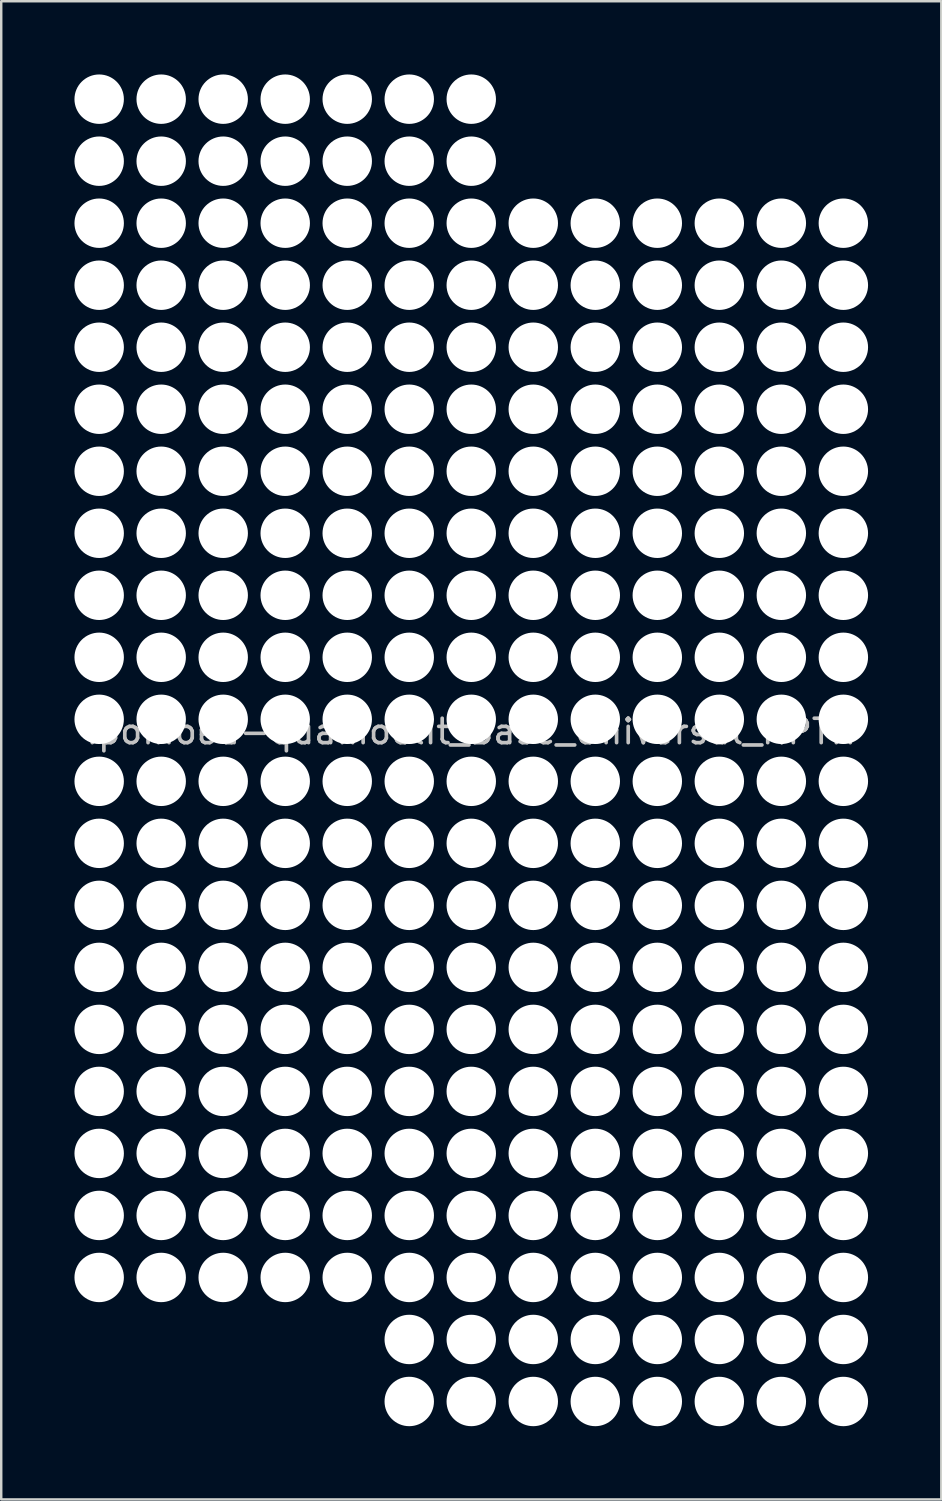
<source format=kicad_pcb>
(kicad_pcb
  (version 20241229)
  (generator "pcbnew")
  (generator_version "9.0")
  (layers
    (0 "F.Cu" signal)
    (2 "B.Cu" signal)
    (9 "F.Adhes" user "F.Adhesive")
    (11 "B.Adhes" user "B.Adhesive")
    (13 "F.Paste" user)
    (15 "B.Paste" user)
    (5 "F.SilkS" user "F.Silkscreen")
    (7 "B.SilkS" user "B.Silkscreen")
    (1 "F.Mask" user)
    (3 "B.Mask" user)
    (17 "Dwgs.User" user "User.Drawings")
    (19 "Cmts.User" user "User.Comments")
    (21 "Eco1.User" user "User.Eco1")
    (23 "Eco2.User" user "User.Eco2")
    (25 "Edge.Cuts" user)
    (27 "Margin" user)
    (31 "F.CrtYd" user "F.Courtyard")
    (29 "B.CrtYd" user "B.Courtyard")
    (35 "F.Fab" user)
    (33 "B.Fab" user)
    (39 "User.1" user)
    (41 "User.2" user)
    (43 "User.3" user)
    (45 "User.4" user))
  (footprint "Ipomoea-quamoclit_Base_Universal_NPTH"
    (layer "F.Cu")
    (at 16.252 26.412)
    (property "Reference" "Ipomoea-quamoclit_Base_Universal_NPTH" (at 0 0.5 0) (layer "Dwgs.User") (effects (font (size 1 1) (thickness 0.15))))
    (attr through_hole)
    (pad "" np_thru_hole circle (at -15.24 -25.4 270) (size 2.024 2.024) (drill 2.024) (layers "*.Cu" "*.Mask"))
    (pad "" np_thru_hole circle (at -15.24 -22.86 270) (size 2.024 2.024) (drill 2.024) (layers "*.Cu" "*.Mask"))
    (pad "" np_thru_hole circle (at -15.24 -20.32 270) (size 2.024 2.024) (drill 2.024) (layers "*.Cu" "*.Mask"))
    (pad "" np_thru_hole circle (at -15.24 -17.78 270) (size 2.024 2.024) (drill 2.024) (layers "*.Cu" "*.Mask"))
    (pad "" np_thru_hole circle (at -15.24 -15.24 270) (size 2.024 2.024) (drill 2.024) (layers "*.Cu" "*.Mask"))
    (pad "" np_thru_hole circle (at -15.24 -12.7 270) (size 2.024 2.024) (drill 2.024) (layers "*.Cu" "*.Mask"))
    (pad "" np_thru_hole circle (at -15.24 -10.16 270) (size 2.024 2.024) (drill 2.024) (layers "*.Cu" "*.Mask"))
    (pad "" np_thru_hole circle (at -15.24 -7.62 270) (size 2.024 2.024) (drill 2.024) (layers "*.Cu" "*.Mask"))
    (pad "" np_thru_hole circle (at -15.24 -5.08 270) (size 2.024 2.024) (drill 2.024) (layers "*.Cu" "*.Mask"))
    (pad "" np_thru_hole circle (at -15.24 -2.54 270) (size 2.024 2.024) (drill 2.024) (layers "*.Cu" "*.Mask"))
    (pad "" np_thru_hole circle (at -15.24 0 270) (size 2.024 2.024) (drill 2.024) (layers "*.Cu" "*.Mask"))
    (pad "" np_thru_hole circle (at -15.24 2.54 270) (size 2.024 2.024) (drill 2.024) (layers "*.Cu" "*.Mask"))
    (pad "" np_thru_hole circle (at -15.24 5.08 270) (size 2.024 2.024) (drill 2.024) (layers "*.Cu" "*.Mask"))
    (pad "" np_thru_hole circle (at -15.24 7.62 270) (size 2.024 2.024) (drill 2.024) (layers "*.Cu" "*.Mask"))
    (pad "" np_thru_hole circle (at -15.24 10.16 270) (size 2.024 2.024) (drill 2.024) (layers "*.Cu" "*.Mask"))
    (pad "" np_thru_hole circle (at -15.24 12.7 270) (size 2.024 2.024) (drill 2.024) (layers "*.Cu" "*.Mask"))
    (pad "" np_thru_hole circle (at -15.24 15.24 270) (size 2.024 2.024) (drill 2.024) (layers "*.Cu" "*.Mask"))
    (pad "" np_thru_hole circle (at -15.24 17.78 270) (size 2.024 2.024) (drill 2.024) (layers "*.Cu" "*.Mask"))
    (pad "" np_thru_hole circle (at -15.24 20.32 270) (size 2.024 2.024) (drill 2.024) (layers "*.Cu" "*.Mask"))
    (pad "" np_thru_hole circle (at -15.24 22.86 270) (size 2.024 2.024) (drill 2.024) (layers "*.Cu" "*.Mask"))
    (pad "" np_thru_hole circle (at -12.7 -25.4 270) (size 2.024 2.024) (drill 2.024) (layers "*.Cu" "*.Mask"))
    (pad "" np_thru_hole circle (at -12.7 -22.86 270) (size 2.024 2.024) (drill 2.024) (layers "*.Cu" "*.Mask"))
    (pad "" np_thru_hole circle (at -12.7 -20.32 270) (size 2.024 2.024) (drill 2.024) (layers "*.Cu" "*.Mask"))
    (pad "" np_thru_hole circle (at -12.7 -17.78 270) (size 2.024 2.024) (drill 2.024) (layers "*.Cu" "*.Mask"))
    (pad "" np_thru_hole circle (at -12.7 -15.24 270) (size 2.024 2.024) (drill 2.024) (layers "*.Cu" "*.Mask"))
    (pad "" np_thru_hole circle (at -12.7 -12.7 270) (size 2.024 2.024) (drill 2.024) (layers "*.Cu" "*.Mask"))
    (pad "" np_thru_hole circle (at -12.7 -10.16 270) (size 2.024 2.024) (drill 2.024) (layers "*.Cu" "*.Mask"))
    (pad "" np_thru_hole circle (at -12.7 -7.62 270) (size 2.024 2.024) (drill 2.024) (layers "*.Cu" "*.Mask"))
    (pad "" np_thru_hole circle (at -12.7 -5.08 270) (size 2.024 2.024) (drill 2.024) (layers "*.Cu" "*.Mask"))
    (pad "" np_thru_hole circle (at -12.7 -2.54 270) (size 2.024 2.024) (drill 2.024) (layers "*.Cu" "*.Mask"))
    (pad "" np_thru_hole circle (at -12.7 0 270) (size 2.024 2.024) (drill 2.024) (layers "*.Cu" "*.Mask"))
    (pad "" np_thru_hole circle (at -12.7 2.54 270) (size 2.024 2.024) (drill 2.024) (layers "*.Cu" "*.Mask"))
    (pad "" np_thru_hole circle (at -12.7 5.08 270) (size 2.024 2.024) (drill 2.024) (layers "*.Cu" "*.Mask"))
    (pad "" np_thru_hole circle (at -12.7 7.62 270) (size 2.024 2.024) (drill 2.024) (layers "*.Cu" "*.Mask"))
    (pad "" np_thru_hole circle (at -12.7 10.16 270) (size 2.024 2.024) (drill 2.024) (layers "*.Cu" "*.Mask"))
    (pad "" np_thru_hole circle (at -12.7 12.7 270) (size 2.024 2.024) (drill 2.024) (layers "*.Cu" "*.Mask"))
    (pad "" np_thru_hole circle (at -12.7 15.24 270) (size 2.024 2.024) (drill 2.024) (layers "*.Cu" "*.Mask"))
    (pad "" np_thru_hole circle (at -12.7 17.78 270) (size 2.024 2.024) (drill 2.024) (layers "*.Cu" "*.Mask"))
    (pad "" np_thru_hole circle (at -12.7 20.32 270) (size 2.024 2.024) (drill 2.024) (layers "*.Cu" "*.Mask"))
    (pad "" np_thru_hole circle (at -12.7 22.86 270) (size 2.024 2.024) (drill 2.024) (layers "*.Cu" "*.Mask"))
    (pad "" np_thru_hole circle (at -10.16 -25.4 270) (size 2.024 2.024) (drill 2.024) (layers "*.Cu" "*.Mask"))
    (pad "" np_thru_hole circle (at -10.16 -22.86 270) (size 2.024 2.024) (drill 2.024) (layers "*.Cu" "*.Mask"))
    (pad "" np_thru_hole circle (at -10.16 -20.32 270) (size 2.024 2.024) (drill 2.024) (layers "*.Cu" "*.Mask"))
    (pad "" np_thru_hole circle (at -10.16 -17.78 270) (size 2.024 2.024) (drill 2.024) (layers "*.Cu" "*.Mask"))
    (pad "" np_thru_hole circle (at -10.16 -15.24 270) (size 2.024 2.024) (drill 2.024) (layers "*.Cu" "*.Mask"))
    (pad "" np_thru_hole circle (at -10.16 -12.7 270) (size 2.024 2.024) (drill 2.024) (layers "*.Cu" "*.Mask"))
    (pad "" np_thru_hole circle (at -10.16 -10.16 270) (size 2.024 2.024) (drill 2.024) (layers "*.Cu" "*.Mask"))
    (pad "" np_thru_hole circle (at -10.16 -7.62 270) (size 2.024 2.024) (drill 2.024) (layers "*.Cu" "*.Mask"))
    (pad "" np_thru_hole circle (at -10.16 -5.08 270) (size 2.024 2.024) (drill 2.024) (layers "*.Cu" "*.Mask"))
    (pad "" np_thru_hole circle (at -10.16 -2.54 270) (size 2.024 2.024) (drill 2.024) (layers "*.Cu" "*.Mask"))
    (pad "" np_thru_hole circle (at -10.16 0 270) (size 2.024 2.024) (drill 2.024) (layers "*.Cu" "*.Mask"))
    (pad "" np_thru_hole circle (at -10.16 2.54 270) (size 2.024 2.024) (drill 2.024) (layers "*.Cu" "*.Mask"))
    (pad "" np_thru_hole circle (at -10.16 5.08 270) (size 2.024 2.024) (drill 2.024) (layers "*.Cu" "*.Mask"))
    (pad "" np_thru_hole circle (at -10.16 7.62 270) (size 2.024 2.024) (drill 2.024) (layers "*.Cu" "*.Mask"))
    (pad "" np_thru_hole circle (at -10.16 10.16 270) (size 2.024 2.024) (drill 2.024) (layers "*.Cu" "*.Mask"))
    (pad "" np_thru_hole circle (at -10.16 12.7 270) (size 2.024 2.024) (drill 2.024) (layers "*.Cu" "*.Mask"))
    (pad "" np_thru_hole circle (at -10.16 15.24 270) (size 2.024 2.024) (drill 2.024) (layers "*.Cu" "*.Mask"))
    (pad "" np_thru_hole circle (at -10.16 17.78 270) (size 2.024 2.024) (drill 2.024) (layers "*.Cu" "*.Mask"))
    (pad "" np_thru_hole circle (at -10.16 20.32 270) (size 2.024 2.024) (drill 2.024) (layers "*.Cu" "*.Mask"))
    (pad "" np_thru_hole circle (at -10.16 22.86 270) (size 2.024 2.024) (drill 2.024) (layers "*.Cu" "*.Mask"))
    (pad "" np_thru_hole circle (at -7.62 -25.4 270) (size 2.024 2.024) (drill 2.024) (layers "*.Cu" "*.Mask"))
    (pad "" np_thru_hole circle (at -7.62 -22.86 270) (size 2.024 2.024) (drill 2.024) (layers "*.Cu" "*.Mask"))
    (pad "" np_thru_hole circle (at -7.62 -20.32 270) (size 2.024 2.024) (drill 2.024) (layers "*.Cu" "*.Mask"))
    (pad "" np_thru_hole circle (at -7.62 -17.78 270) (size 2.024 2.024) (drill 2.024) (layers "*.Cu" "*.Mask"))
    (pad "" np_thru_hole circle (at -7.62 -15.24 270) (size 2.024 2.024) (drill 2.024) (layers "*.Cu" "*.Mask"))
    (pad "" np_thru_hole circle (at -7.62 -12.7 270) (size 2.024 2.024) (drill 2.024) (layers "*.Cu" "*.Mask"))
    (pad "" np_thru_hole circle (at -7.62 -10.16 270) (size 2.024 2.024) (drill 2.024) (layers "*.Cu" "*.Mask"))
    (pad "" np_thru_hole circle (at -7.62 -7.62 270) (size 2.024 2.024) (drill 2.024) (layers "*.Cu" "*.Mask"))
    (pad "" np_thru_hole circle (at -7.62 -5.08 270) (size 2.024 2.024) (drill 2.024) (layers "*.Cu" "*.Mask"))
    (pad "" np_thru_hole circle (at -7.62 -2.54 270) (size 2.024 2.024) (drill 2.024) (layers "*.Cu" "*.Mask"))
    (pad "" np_thru_hole circle (at -7.62 0 270) (size 2.024 2.024) (drill 2.024) (layers "*.Cu" "*.Mask"))
    (pad "" np_thru_hole circle (at -7.62 2.54 270) (size 2.024 2.024) (drill 2.024) (layers "*.Cu" "*.Mask"))
    (pad "" np_thru_hole circle (at -7.62 5.08 270) (size 2.024 2.024) (drill 2.024) (layers "*.Cu" "*.Mask"))
    (pad "" np_thru_hole circle (at -7.62 7.62 270) (size 2.024 2.024) (drill 2.024) (layers "*.Cu" "*.Mask"))
    (pad "" np_thru_hole circle (at -7.62 10.16 270) (size 2.024 2.024) (drill 2.024) (layers "*.Cu" "*.Mask"))
    (pad "" np_thru_hole circle (at -7.62 12.7 270) (size 2.024 2.024) (drill 2.024) (layers "*.Cu" "*.Mask"))
    (pad "" np_thru_hole circle (at -7.62 15.24 270) (size 2.024 2.024) (drill 2.024) (layers "*.Cu" "*.Mask"))
    (pad "" np_thru_hole circle (at -7.62 17.78 270) (size 2.024 2.024) (drill 2.024) (layers "*.Cu" "*.Mask"))
    (pad "" np_thru_hole circle (at -7.62 20.32 270) (size 2.024 2.024) (drill 2.024) (layers "*.Cu" "*.Mask"))
    (pad "" np_thru_hole circle (at -7.62 22.86 270) (size 2.024 2.024) (drill 2.024) (layers "*.Cu" "*.Mask"))
    (pad "" np_thru_hole circle (at -5.08 -25.4 270) (size 2.024 2.024) (drill 2.024) (layers "*.Cu" "*.Mask"))
    (pad "" np_thru_hole circle (at -5.08 -22.86 270) (size 2.024 2.024) (drill 2.024) (layers "*.Cu" "*.Mask"))
    (pad "" np_thru_hole circle (at -5.08 -20.32 270) (size 2.024 2.024) (drill 2.024) (layers "*.Cu" "*.Mask"))
    (pad "" np_thru_hole circle (at -5.08 -17.78 270) (size 2.024 2.024) (drill 2.024) (layers "*.Cu" "*.Mask"))
    (pad "" np_thru_hole circle (at -5.08 -15.24 270) (size 2.024 2.024) (drill 2.024) (layers "*.Cu" "*.Mask"))
    (pad "" np_thru_hole circle (at -5.08 -12.7 270) (size 2.024 2.024) (drill 2.024) (layers "*.Cu" "*.Mask"))
    (pad "" np_thru_hole circle (at -5.08 -10.16 270) (size 2.024 2.024) (drill 2.024) (layers "*.Cu" "*.Mask"))
    (pad "" np_thru_hole circle (at -5.08 -7.62 270) (size 2.024 2.024) (drill 2.024) (layers "*.Cu" "*.Mask"))
    (pad "" np_thru_hole circle (at -5.08 -5.08 270) (size 2.024 2.024) (drill 2.024) (layers "*.Cu" "*.Mask"))
    (pad "" np_thru_hole circle (at -5.08 -2.54 270) (size 2.024 2.024) (drill 2.024) (layers "*.Cu" "*.Mask"))
    (pad "" np_thru_hole circle (at -5.08 0 270) (size 2.024 2.024) (drill 2.024) (layers "*.Cu" "*.Mask"))
    (pad "" np_thru_hole circle (at -5.08 2.54 270) (size 2.024 2.024) (drill 2.024) (layers "*.Cu" "*.Mask"))
    (pad "" np_thru_hole circle (at -5.08 5.08 270) (size 2.024 2.024) (drill 2.024) (layers "*.Cu" "*.Mask"))
    (pad "" np_thru_hole circle (at -5.08 7.62 270) (size 2.024 2.024) (drill 2.024) (layers "*.Cu" "*.Mask"))
    (pad "" np_thru_hole circle (at -5.08 10.16 270) (size 2.024 2.024) (drill 2.024) (layers "*.Cu" "*.Mask"))
    (pad "" np_thru_hole circle (at -5.08 12.7 270) (size 2.024 2.024) (drill 2.024) (layers "*.Cu" "*.Mask"))
    (pad "" np_thru_hole circle (at -5.08 15.24 270) (size 2.024 2.024) (drill 2.024) (layers "*.Cu" "*.Mask"))
    (pad "" np_thru_hole circle (at -5.08 17.78 270) (size 2.024 2.024) (drill 2.024) (layers "*.Cu" "*.Mask"))
    (pad "" np_thru_hole circle (at -5.08 20.32 270) (size 2.024 2.024) (drill 2.024) (layers "*.Cu" "*.Mask"))
    (pad "" np_thru_hole circle (at -5.08 22.86 270) (size 2.024 2.024) (drill 2.024) (layers "*.Cu" "*.Mask"))
    (pad "" np_thru_hole circle (at -2.54 -25.4 270) (size 2.024 2.024) (drill 2.024) (layers "*.Cu" "*.Mask"))
    (pad "" np_thru_hole circle (at -2.54 -22.86 270) (size 2.024 2.024) (drill 2.024) (layers "*.Cu" "*.Mask"))
    (pad "" np_thru_hole circle (at -2.54 -20.32 270) (size 2.024 2.024) (drill 2.024) (layers "*.Cu" "*.Mask"))
    (pad "" np_thru_hole circle (at -2.54 -17.78 270) (size 2.024 2.024) (drill 2.024) (layers "*.Cu" "*.Mask"))
    (pad "" np_thru_hole circle (at -2.54 -15.24 270) (size 2.024 2.024) (drill 2.024) (layers "*.Cu" "*.Mask"))
    (pad "" np_thru_hole circle (at -2.54 -12.7 270) (size 2.024 2.024) (drill 2.024) (layers "*.Cu" "*.Mask"))
    (pad "" np_thru_hole circle (at -2.54 -10.16 270) (size 2.024 2.024) (drill 2.024) (layers "*.Cu" "*.Mask"))
    (pad "" np_thru_hole circle (at -2.54 -7.62 270) (size 2.024 2.024) (drill 2.024) (layers "*.Cu" "*.Mask"))
    (pad "" np_thru_hole circle (at -2.54 -5.08 270) (size 2.024 2.024) (drill 2.024) (layers "*.Cu" "*.Mask"))
    (pad "" np_thru_hole circle (at -2.54 -2.54 270) (size 2.024 2.024) (drill 2.024) (layers "*.Cu" "*.Mask"))
    (pad "" np_thru_hole circle (at -2.54 0 270) (size 2.024 2.024) (drill 2.024) (layers "*.Cu" "*.Mask"))
    (pad "" np_thru_hole circle (at -2.54 2.54 270) (size 2.024 2.024) (drill 2.024) (layers "*.Cu" "*.Mask"))
    (pad "" np_thru_hole circle (at -2.54 5.08 270) (size 2.024 2.024) (drill 2.024) (layers "*.Cu" "*.Mask"))
    (pad "" np_thru_hole circle (at -2.54 7.62 270) (size 2.024 2.024) (drill 2.024) (layers "*.Cu" "*.Mask"))
    (pad "" np_thru_hole circle (at -2.54 10.16 270) (size 2.024 2.024) (drill 2.024) (layers "*.Cu" "*.Mask"))
    (pad "" np_thru_hole circle (at -2.54 12.7 270) (size 2.024 2.024) (drill 2.024) (layers "*.Cu" "*.Mask"))
    (pad "" np_thru_hole circle (at -2.54 15.24 270) (size 2.024 2.024) (drill 2.024) (layers "*.Cu" "*.Mask"))
    (pad "" np_thru_hole circle (at -2.54 17.78 270) (size 2.024 2.024) (drill 2.024) (layers "*.Cu" "*.Mask"))
    (pad "" np_thru_hole circle (at -2.54 20.32 270) (size 2.024 2.024) (drill 2.024) (layers "*.Cu" "*.Mask"))
    (pad "" np_thru_hole circle (at -2.54 22.86 270) (size 2.024 2.024) (drill 2.024) (layers "*.Cu" "*.Mask"))
    (pad "" np_thru_hole circle (at -2.54 25.4 270) (size 2.024 2.024) (drill 2.024) (layers "*.Cu" "*.Mask"))
    (pad "" np_thru_hole circle (at -2.54 27.94 270) (size 2.024 2.024) (drill 2.024) (layers "*.Cu" "*.Mask"))
    (pad "" np_thru_hole circle (at 0 -25.4 270) (size 2.024 2.024) (drill 2.024) (layers "*.Cu" "*.Mask"))
    (pad "" np_thru_hole circle (at 0 -22.86 270) (size 2.024 2.024) (drill 2.024) (layers "*.Cu" "*.Mask"))
    (pad "" np_thru_hole circle (at 0 -20.32 270) (size 2.024 2.024) (drill 2.024) (layers "*.Cu" "*.Mask"))
    (pad "" np_thru_hole circle (at 0 -17.78 270) (size 2.024 2.024) (drill 2.024) (layers "*.Cu" "*.Mask"))
    (pad "" np_thru_hole circle (at 0 -15.24 270) (size 2.024 2.024) (drill 2.024) (layers "*.Cu" "*.Mask"))
    (pad "" np_thru_hole circle (at 0 -12.7 270) (size 2.024 2.024) (drill 2.024) (layers "*.Cu" "*.Mask"))
    (pad "" np_thru_hole circle (at 0 -10.16 270) (size 2.024 2.024) (drill 2.024) (layers "*.Cu" "*.Mask"))
    (pad "" np_thru_hole circle (at 0 -7.62 270) (size 2.024 2.024) (drill 2.024) (layers "*.Cu" "*.Mask"))
    (pad "" np_thru_hole circle (at 0 -5.08 270) (size 2.024 2.024) (drill 2.024) (layers "*.Cu" "*.Mask"))
    (pad "" np_thru_hole circle (at 0 -2.54 270) (size 2.024 2.024) (drill 2.024) (layers "*.Cu" "*.Mask"))
    (pad "" np_thru_hole circle (at 0 0 270) (size 2.024 2.024) (drill 2.024) (layers "*.Cu" "*.Mask"))
    (pad "" np_thru_hole circle (at 0 2.54 270) (size 2.024 2.024) (drill 2.024) (layers "*.Cu" "*.Mask"))
    (pad "" np_thru_hole circle (at 0 5.08 270) (size 2.024 2.024) (drill 2.024) (layers "*.Cu" "*.Mask"))
    (pad "" np_thru_hole circle (at 0 7.62 270) (size 2.024 2.024) (drill 2.024) (layers "*.Cu" "*.Mask"))
    (pad "" np_thru_hole circle (at 0 10.16 270) (size 2.024 2.024) (drill 2.024) (layers "*.Cu" "*.Mask"))
    (pad "" np_thru_hole circle (at 0 12.7 270) (size 2.024 2.024) (drill 2.024) (layers "*.Cu" "*.Mask"))
    (pad "" np_thru_hole circle (at 0 15.24 270) (size 2.024 2.024) (drill 2.024) (layers "*.Cu" "*.Mask"))
    (pad "" np_thru_hole circle (at 0 17.78 270) (size 2.024 2.024) (drill 2.024) (layers "*.Cu" "*.Mask"))
    (pad "" np_thru_hole circle (at 0 20.32 270) (size 2.024 2.024) (drill 2.024) (layers "*.Cu" "*.Mask"))
    (pad "" np_thru_hole circle (at 0 22.86 270) (size 2.024 2.024) (drill 2.024) (layers "*.Cu" "*.Mask"))
    (pad "" np_thru_hole circle (at 0 25.4 270) (size 2.024 2.024) (drill 2.024) (layers "*.Cu" "*.Mask"))
    (pad "" np_thru_hole circle (at 0 27.94 270) (size 2.024 2.024) (drill 2.024) (layers "*.Cu" "*.Mask"))
    (pad "" np_thru_hole circle (at 2.54 -20.32 270) (size 2.024 2.024) (drill 2.024) (layers "*.Cu" "*.Mask"))
    (pad "" np_thru_hole circle (at 2.54 -17.78 270) (size 2.024 2.024) (drill 2.024) (layers "*.Cu" "*.Mask"))
    (pad "" np_thru_hole circle (at 2.54 -15.24 270) (size 2.024 2.024) (drill 2.024) (layers "*.Cu" "*.Mask"))
    (pad "" np_thru_hole circle (at 2.54 -12.7 270) (size 2.024 2.024) (drill 2.024) (layers "*.Cu" "*.Mask"))
    (pad "" np_thru_hole circle (at 2.54 -10.16 270) (size 2.024 2.024) (drill 2.024) (layers "*.Cu" "*.Mask"))
    (pad "" np_thru_hole circle (at 2.54 -7.62 270) (size 2.024 2.024) (drill 2.024) (layers "*.Cu" "*.Mask"))
    (pad "" np_thru_hole circle (at 2.54 -5.08 270) (size 2.024 2.024) (drill 2.024) (layers "*.Cu" "*.Mask"))
    (pad "" np_thru_hole circle (at 2.54 -2.54 270) (size 2.024 2.024) (drill 2.024) (layers "*.Cu" "*.Mask"))
    (pad "" np_thru_hole circle (at 2.54 0 270) (size 2.024 2.024) (drill 2.024) (layers "*.Cu" "*.Mask"))
    (pad "" np_thru_hole circle (at 2.54 2.54 270) (size 2.024 2.024) (drill 2.024) (layers "*.Cu" "*.Mask"))
    (pad "" np_thru_hole circle (at 2.54 5.08 270) (size 2.024 2.024) (drill 2.024) (layers "*.Cu" "*.Mask"))
    (pad "" np_thru_hole circle (at 2.54 7.62 270) (size 2.024 2.024) (drill 2.024) (layers "*.Cu" "*.Mask"))
    (pad "" np_thru_hole circle (at 2.54 10.16 270) (size 2.024 2.024) (drill 2.024) (layers "*.Cu" "*.Mask"))
    (pad "" np_thru_hole circle (at 2.54 12.7 270) (size 2.024 2.024) (drill 2.024) (layers "*.Cu" "*.Mask"))
    (pad "" np_thru_hole circle (at 2.54 15.24 270) (size 2.024 2.024) (drill 2.024) (layers "*.Cu" "*.Mask"))
    (pad "" np_thru_hole circle (at 2.54 17.78 270) (size 2.024 2.024) (drill 2.024) (layers "*.Cu" "*.Mask"))
    (pad "" np_thru_hole circle (at 2.54 20.32 270) (size 2.024 2.024) (drill 2.024) (layers "*.Cu" "*.Mask"))
    (pad "" np_thru_hole circle (at 2.54 22.86 270) (size 2.024 2.024) (drill 2.024) (layers "*.Cu" "*.Mask"))
    (pad "" np_thru_hole circle (at 2.54 25.4 270) (size 2.024 2.024) (drill 2.024) (layers "*.Cu" "*.Mask"))
    (pad "" np_thru_hole circle (at 2.54 27.94 270) (size 2.024 2.024) (drill 2.024) (layers "*.Cu" "*.Mask"))
    (pad "" np_thru_hole circle (at 5.08 -20.32 270) (size 2.024 2.024) (drill 2.024) (layers "*.Cu" "*.Mask"))
    (pad "" np_thru_hole circle (at 5.08 -17.78 270) (size 2.024 2.024) (drill 2.024) (layers "*.Cu" "*.Mask"))
    (pad "" np_thru_hole circle (at 5.08 -15.24 270) (size 2.024 2.024) (drill 2.024) (layers "*.Cu" "*.Mask"))
    (pad "" np_thru_hole circle (at 5.08 -12.7 270) (size 2.024 2.024) (drill 2.024) (layers "*.Cu" "*.Mask"))
    (pad "" np_thru_hole circle (at 5.08 -10.16 270) (size 2.024 2.024) (drill 2.024) (layers "*.Cu" "*.Mask"))
    (pad "" np_thru_hole circle (at 5.08 -7.62 270) (size 2.024 2.024) (drill 2.024) (layers "*.Cu" "*.Mask"))
    (pad "" np_thru_hole circle (at 5.08 -5.08 270) (size 2.024 2.024) (drill 2.024) (layers "*.Cu" "*.Mask"))
    (pad "" np_thru_hole circle (at 5.08 -2.54 270) (size 2.024 2.024) (drill 2.024) (layers "*.Cu" "*.Mask"))
    (pad "" np_thru_hole circle (at 5.08 0 270) (size 2.024 2.024) (drill 2.024) (layers "*.Cu" "*.Mask"))
    (pad "" np_thru_hole circle (at 5.08 2.54 270) (size 2.024 2.024) (drill 2.024) (layers "*.Cu" "*.Mask"))
    (pad "" np_thru_hole circle (at 5.08 5.08 270) (size 2.024 2.024) (drill 2.024) (layers "*.Cu" "*.Mask"))
    (pad "" np_thru_hole circle (at 5.08 7.62 270) (size 2.024 2.024) (drill 2.024) (layers "*.Cu" "*.Mask"))
    (pad "" np_thru_hole circle (at 5.08 10.16 270) (size 2.024 2.024) (drill 2.024) (layers "*.Cu" "*.Mask"))
    (pad "" np_thru_hole circle (at 5.08 12.7 270) (size 2.024 2.024) (drill 2.024) (layers "*.Cu" "*.Mask"))
    (pad "" np_thru_hole circle (at 5.08 15.24 270) (size 2.024 2.024) (drill 2.024) (layers "*.Cu" "*.Mask"))
    (pad "" np_thru_hole circle (at 5.08 17.78 270) (size 2.024 2.024) (drill 2.024) (layers "*.Cu" "*.Mask"))
    (pad "" np_thru_hole circle (at 5.08 20.32 270) (size 2.024 2.024) (drill 2.024) (layers "*.Cu" "*.Mask"))
    (pad "" np_thru_hole circle (at 5.08 22.86 270) (size 2.024 2.024) (drill 2.024) (layers "*.Cu" "*.Mask"))
    (pad "" np_thru_hole circle (at 5.08 25.4 270) (size 2.024 2.024) (drill 2.024) (layers "*.Cu" "*.Mask"))
    (pad "" np_thru_hole circle (at 5.08 27.94 270) (size 2.024 2.024) (drill 2.024) (layers "*.Cu" "*.Mask"))
    (pad "" np_thru_hole circle (at 7.62 -20.32 270) (size 2.024 2.024) (drill 2.024) (layers "*.Cu" "*.Mask"))
    (pad "" np_thru_hole circle (at 7.62 -17.78 270) (size 2.024 2.024) (drill 2.024) (layers "*.Cu" "*.Mask"))
    (pad "" np_thru_hole circle (at 7.62 -15.24 270) (size 2.024 2.024) (drill 2.024) (layers "*.Cu" "*.Mask"))
    (pad "" np_thru_hole circle (at 7.62 -12.7 270) (size 2.024 2.024) (drill 2.024) (layers "*.Cu" "*.Mask"))
    (pad "" np_thru_hole circle (at 7.62 -10.16 270) (size 2.024 2.024) (drill 2.024) (layers "*.Cu" "*.Mask"))
    (pad "" np_thru_hole circle (at 7.62 -7.62 270) (size 2.024 2.024) (drill 2.024) (layers "*.Cu" "*.Mask"))
    (pad "" np_thru_hole circle (at 7.62 -5.08 270) (size 2.024 2.024) (drill 2.024) (layers "*.Cu" "*.Mask"))
    (pad "" np_thru_hole circle (at 7.62 -2.54 270) (size 2.024 2.024) (drill 2.024) (layers "*.Cu" "*.Mask"))
    (pad "" np_thru_hole circle (at 7.62 0 270) (size 2.024 2.024) (drill 2.024) (layers "*.Cu" "*.Mask"))
    (pad "" np_thru_hole circle (at 7.62 2.54 270) (size 2.024 2.024) (drill 2.024) (layers "*.Cu" "*.Mask"))
    (pad "" np_thru_hole circle (at 7.62 5.08 270) (size 2.024 2.024) (drill 2.024) (layers "*.Cu" "*.Mask"))
    (pad "" np_thru_hole circle (at 7.62 7.62 270) (size 2.024 2.024) (drill 2.024) (layers "*.Cu" "*.Mask"))
    (pad "" np_thru_hole circle (at 7.62 10.16 270) (size 2.024 2.024) (drill 2.024) (layers "*.Cu" "*.Mask"))
    (pad "" np_thru_hole circle (at 7.62 12.7 270) (size 2.024 2.024) (drill 2.024) (layers "*.Cu" "*.Mask"))
    (pad "" np_thru_hole circle (at 7.62 15.24 270) (size 2.024 2.024) (drill 2.024) (layers "*.Cu" "*.Mask"))
    (pad "" np_thru_hole circle (at 7.62 17.78 270) (size 2.024 2.024) (drill 2.024) (layers "*.Cu" "*.Mask"))
    (pad "" np_thru_hole circle (at 7.62 20.32 270) (size 2.024 2.024) (drill 2.024) (layers "*.Cu" "*.Mask"))
    (pad "" np_thru_hole circle (at 7.62 22.86 270) (size 2.024 2.024) (drill 2.024) (layers "*.Cu" "*.Mask"))
    (pad "" np_thru_hole circle (at 7.62 25.4 270) (size 2.024 2.024) (drill 2.024) (layers "*.Cu" "*.Mask"))
    (pad "" np_thru_hole circle (at 7.62 27.94 270) (size 2.024 2.024) (drill 2.024) (layers "*.Cu" "*.Mask"))
    (pad "" np_thru_hole circle (at 10.16 -20.32 270) (size 2.024 2.024) (drill 2.024) (layers "*.Cu" "*.Mask"))
    (pad "" np_thru_hole circle (at 10.16 -17.78 270) (size 2.024 2.024) (drill 2.024) (layers "*.Cu" "*.Mask"))
    (pad "" np_thru_hole circle (at 10.16 -15.24 270) (size 2.024 2.024) (drill 2.024) (layers "*.Cu" "*.Mask"))
    (pad "" np_thru_hole circle (at 10.16 -12.7 270) (size 2.024 2.024) (drill 2.024) (layers "*.Cu" "*.Mask"))
    (pad "" np_thru_hole circle (at 10.16 -10.16 270) (size 2.024 2.024) (drill 2.024) (layers "*.Cu" "*.Mask"))
    (pad "" np_thru_hole circle (at 10.16 -7.62 270) (size 2.024 2.024) (drill 2.024) (layers "*.Cu" "*.Mask"))
    (pad "" np_thru_hole circle (at 10.16 -5.08 270) (size 2.024 2.024) (drill 2.024) (layers "*.Cu" "*.Mask"))
    (pad "" np_thru_hole circle (at 10.16 -2.54 270) (size 2.024 2.024) (drill 2.024) (layers "*.Cu" "*.Mask"))
    (pad "" np_thru_hole circle (at 10.16 0 270) (size 2.024 2.024) (drill 2.024) (layers "*.Cu" "*.Mask"))
    (pad "" np_thru_hole circle (at 10.16 2.54 270) (size 2.024 2.024) (drill 2.024) (layers "*.Cu" "*.Mask"))
    (pad "" np_thru_hole circle (at 10.16 5.08 270) (size 2.024 2.024) (drill 2.024) (layers "*.Cu" "*.Mask"))
    (pad "" np_thru_hole circle (at 10.16 7.62 270) (size 2.024 2.024) (drill 2.024) (layers "*.Cu" "*.Mask"))
    (pad "" np_thru_hole circle (at 10.16 10.16 270) (size 2.024 2.024) (drill 2.024) (layers "*.Cu" "*.Mask"))
    (pad "" np_thru_hole circle (at 10.16 12.7 270) (size 2.024 2.024) (drill 2.024) (layers "*.Cu" "*.Mask"))
    (pad "" np_thru_hole circle (at 10.16 15.24 270) (size 2.024 2.024) (drill 2.024) (layers "*.Cu" "*.Mask"))
    (pad "" np_thru_hole circle (at 10.16 17.78 270) (size 2.024 2.024) (drill 2.024) (layers "*.Cu" "*.Mask"))
    (pad "" np_thru_hole circle (at 10.16 20.32 270) (size 2.024 2.024) (drill 2.024) (layers "*.Cu" "*.Mask"))
    (pad "" np_thru_hole circle (at 10.16 22.86 270) (size 2.024 2.024) (drill 2.024) (layers "*.Cu" "*.Mask"))
    (pad "" np_thru_hole circle (at 10.16 25.4 270) (size 2.024 2.024) (drill 2.024) (layers "*.Cu" "*.Mask"))
    (pad "" np_thru_hole circle (at 10.16 27.94 270) (size 2.024 2.024) (drill 2.024) (layers "*.Cu" "*.Mask"))
    (pad "" np_thru_hole circle (at 12.7 -20.32 270) (size 2.024 2.024) (drill 2.024) (layers "*.Cu" "*.Mask"))
    (pad "" np_thru_hole circle (at 12.7 -17.78 270) (size 2.024 2.024) (drill 2.024) (layers "*.Cu" "*.Mask"))
    (pad "" np_thru_hole circle (at 12.7 -15.24 270) (size 2.024 2.024) (drill 2.024) (layers "*.Cu" "*.Mask"))
    (pad "" np_thru_hole circle (at 12.7 -12.7 270) (size 2.024 2.024) (drill 2.024) (layers "*.Cu" "*.Mask"))
    (pad "" np_thru_hole circle (at 12.7 -10.16 270) (size 2.024 2.024) (drill 2.024) (layers "*.Cu" "*.Mask"))
    (pad "" np_thru_hole circle (at 12.7 -7.62 270) (size 2.024 2.024) (drill 2.024) (layers "*.Cu" "*.Mask"))
    (pad "" np_thru_hole circle (at 12.7 -5.08 270) (size 2.024 2.024) (drill 2.024) (layers "*.Cu" "*.Mask"))
    (pad "" np_thru_hole circle (at 12.7 -2.54 270) (size 2.024 2.024) (drill 2.024) (layers "*.Cu" "*.Mask"))
    (pad "" np_thru_hole circle (at 12.7 0 270) (size 2.024 2.024) (drill 2.024) (layers "*.Cu" "*.Mask"))
    (pad "" np_thru_hole circle (at 12.7 2.54 270) (size 2.024 2.024) (drill 2.024) (layers "*.Cu" "*.Mask"))
    (pad "" np_thru_hole circle (at 12.7 5.08 270) (size 2.024 2.024) (drill 2.024) (layers "*.Cu" "*.Mask"))
    (pad "" np_thru_hole circle (at 12.7 7.62 270) (size 2.024 2.024) (drill 2.024) (layers "*.Cu" "*.Mask"))
    (pad "" np_thru_hole circle (at 12.7 10.16 270) (size 2.024 2.024) (drill 2.024) (layers "*.Cu" "*.Mask"))
    (pad "" np_thru_hole circle (at 12.7 12.7 270) (size 2.024 2.024) (drill 2.024) (layers "*.Cu" "*.Mask"))
    (pad "" np_thru_hole circle (at 12.7 15.24 270) (size 2.024 2.024) (drill 2.024) (layers "*.Cu" "*.Mask"))
    (pad "" np_thru_hole circle (at 12.7 17.78 270) (size 2.024 2.024) (drill 2.024) (layers "*.Cu" "*.Mask"))
    (pad "" np_thru_hole circle (at 12.7 20.32 270) (size 2.024 2.024) (drill 2.024) (layers "*.Cu" "*.Mask"))
    (pad "" np_thru_hole circle (at 12.7 22.86 270) (size 2.024 2.024) (drill 2.024) (layers "*.Cu" "*.Mask"))
    (pad "" np_thru_hole circle (at 12.7 25.4 270) (size 2.024 2.024) (drill 2.024) (layers "*.Cu" "*.Mask"))
    (pad "" np_thru_hole circle (at 12.7 27.94 270) (size 2.024 2.024) (drill 2.024) (layers "*.Cu" "*.Mask"))
    (pad "" np_thru_hole circle (at 15.24 -20.32 270) (size 2.024 2.024) (drill 2.024) (layers "*.Cu" "*.Mask"))
    (pad "" np_thru_hole circle (at 15.24 -17.78 270) (size 2.024 2.024) (drill 2.024) (layers "*.Cu" "*.Mask"))
    (pad "" np_thru_hole circle (at 15.24 -15.24 270) (size 2.024 2.024) (drill 2.024) (layers "*.Cu" "*.Mask"))
    (pad "" np_thru_hole circle (at 15.24 -12.7 270) (size 2.024 2.024) (drill 2.024) (layers "*.Cu" "*.Mask"))
    (pad "" np_thru_hole circle (at 15.24 -10.16 270) (size 2.024 2.024) (drill 2.024) (layers "*.Cu" "*.Mask"))
    (pad "" np_thru_hole circle (at 15.24 -7.62 270) (size 2.024 2.024) (drill 2.024) (layers "*.Cu" "*.Mask"))
    (pad "" np_thru_hole circle (at 15.24 -5.08 270) (size 2.024 2.024) (drill 2.024) (layers "*.Cu" "*.Mask"))
    (pad "" np_thru_hole circle (at 15.24 -2.54 270) (size 2.024 2.024) (drill 2.024) (layers "*.Cu" "*.Mask"))
    (pad "" np_thru_hole circle (at 15.24 0 270) (size 2.024 2.024) (drill 2.024) (layers "*.Cu" "*.Mask"))
    (pad "" np_thru_hole circle (at 15.24 2.54 270) (size 2.024 2.024) (drill 2.024) (layers "*.Cu" "*.Mask"))
    (pad "" np_thru_hole circle (at 15.24 5.08 270) (size 2.024 2.024) (drill 2.024) (layers "*.Cu" "*.Mask"))
    (pad "" np_thru_hole circle (at 15.24 7.62 270) (size 2.024 2.024) (drill 2.024) (layers "*.Cu" "*.Mask"))
    (pad "" np_thru_hole circle (at 15.24 10.16 270) (size 2.024 2.024) (drill 2.024) (layers "*.Cu" "*.Mask"))
    (pad "" np_thru_hole circle (at 15.24 12.7 270) (size 2.024 2.024) (drill 2.024) (layers "*.Cu" "*.Mask"))
    (pad "" np_thru_hole circle (at 15.24 15.24 270) (size 2.024 2.024) (drill 2.024) (layers "*.Cu" "*.Mask"))
    (pad "" np_thru_hole circle (at 15.24 17.78 270) (size 2.024 2.024) (drill 2.024) (layers "*.Cu" "*.Mask"))
    (pad "" np_thru_hole circle (at 15.24 20.32 270) (size 2.024 2.024) (drill 2.024) (layers "*.Cu" "*.Mask"))
    (pad "" np_thru_hole circle (at 15.24 22.86 270) (size 2.024 2.024) (drill 2.024) (layers "*.Cu" "*.Mask"))
    (pad "" np_thru_hole circle (at 15.24 25.4 270) (size 2.024 2.024) (drill 2.024) (layers "*.Cu" "*.Mask"))
    (pad "" np_thru_hole circle (at 15.24 27.94 270) (size 2.024 2.024) (drill 2.024) (layers "*.Cu" "*.Mask")))
  (gr_rect
    (start -3 -3)
    (end 35.504 58.364)
    (stroke (width 0.1) (type default))
    (fill no)
    (layer "Edge.Cuts")))
</source>
